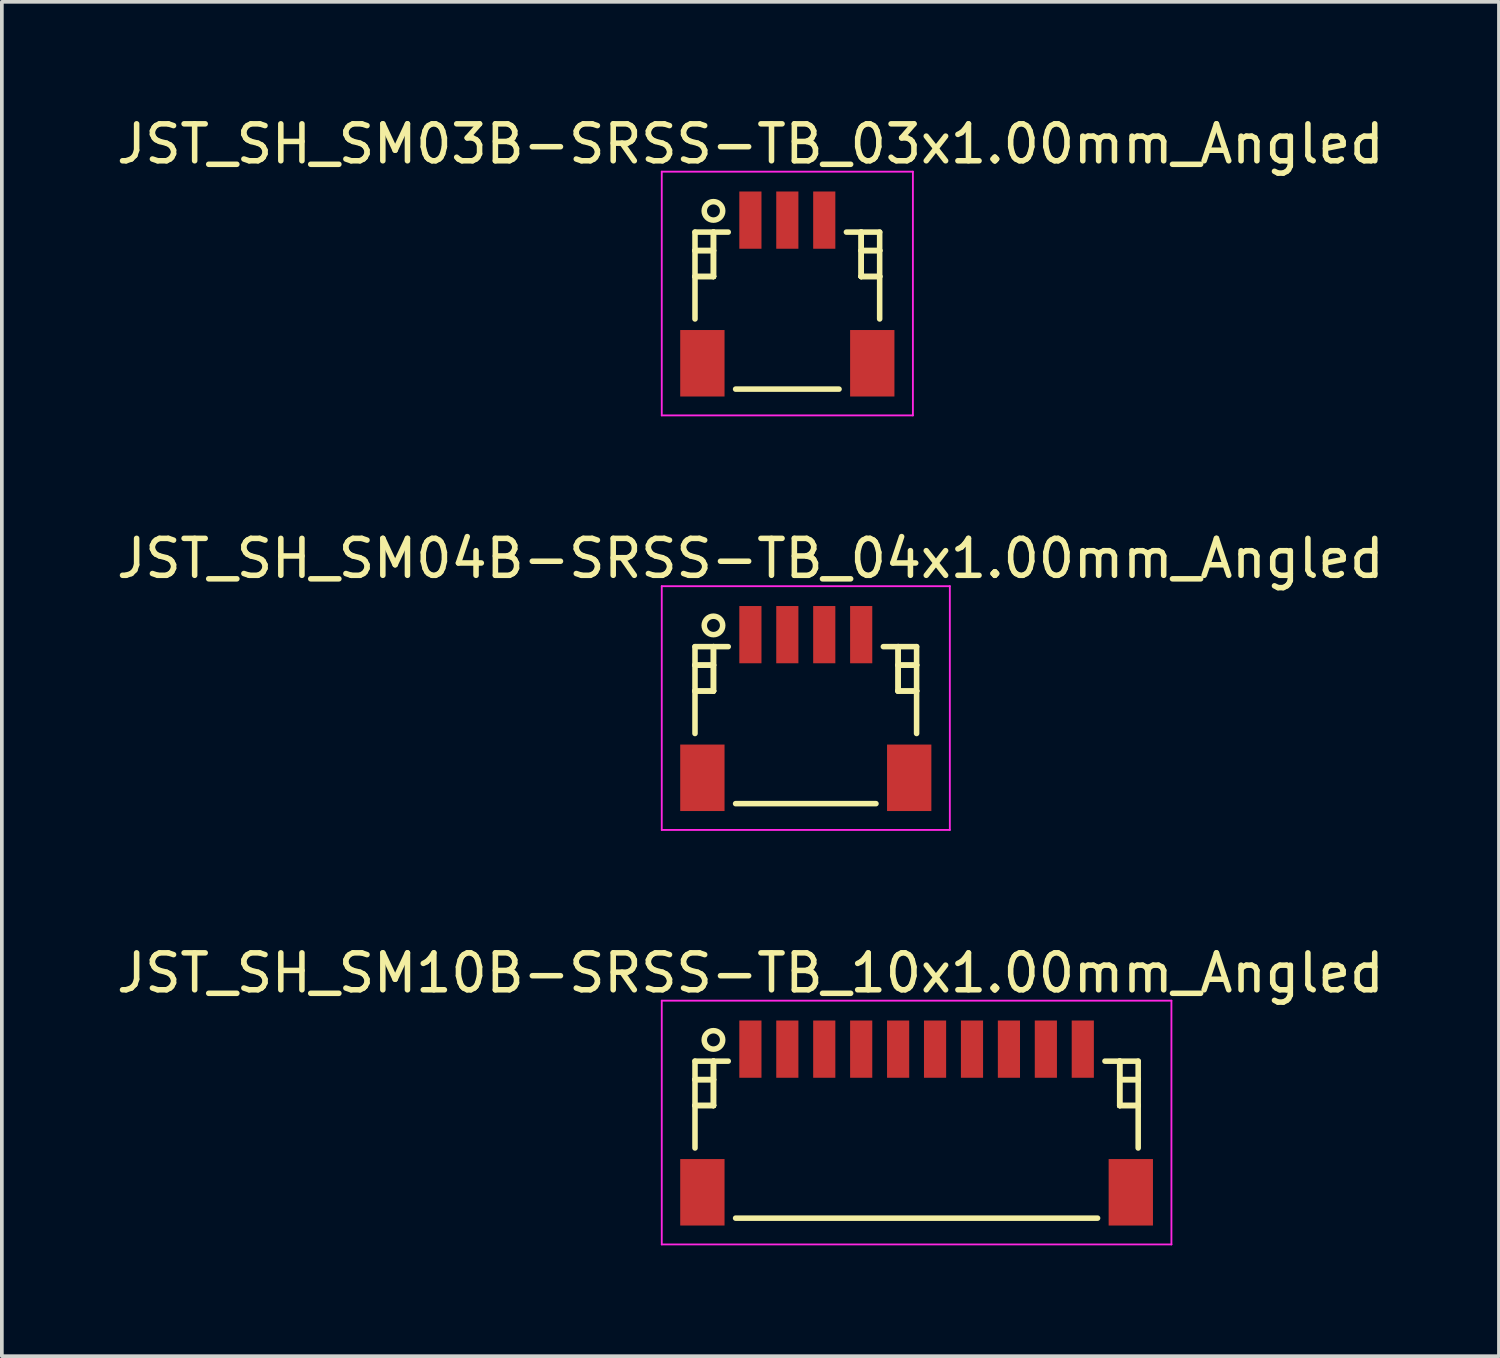
<source format=kicad_pcb>
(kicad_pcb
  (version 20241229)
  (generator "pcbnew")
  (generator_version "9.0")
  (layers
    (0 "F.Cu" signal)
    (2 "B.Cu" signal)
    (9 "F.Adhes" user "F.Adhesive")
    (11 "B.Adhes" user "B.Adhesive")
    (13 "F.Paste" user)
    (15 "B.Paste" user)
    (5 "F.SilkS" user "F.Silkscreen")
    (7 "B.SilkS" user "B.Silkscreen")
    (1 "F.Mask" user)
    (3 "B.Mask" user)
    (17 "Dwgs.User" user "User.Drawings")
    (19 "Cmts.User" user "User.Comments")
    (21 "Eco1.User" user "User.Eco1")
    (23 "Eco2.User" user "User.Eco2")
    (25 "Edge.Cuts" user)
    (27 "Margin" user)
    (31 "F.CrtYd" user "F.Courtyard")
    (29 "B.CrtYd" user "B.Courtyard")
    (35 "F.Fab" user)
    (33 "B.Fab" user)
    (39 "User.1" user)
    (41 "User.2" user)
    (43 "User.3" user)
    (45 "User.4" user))
  (footprint "JST_SH_SM10B-SRSS-TB_10x1.00mm_Angled"
    (layer "F.Cu")
    (at 21.768 27.295)
    (property "Reference" "JST_SH_SM10B-SRSS-TB_10x1.00mm_Angled" (at -4.5 -4 0) (layer "F.SilkS") (effects (font (size 1 1) (thickness 0.15))))
    (attr smd)
    (fp_line (start -6 -1.613) (end -5.1 -1.613) (stroke (width 0.15) (type solid)) (layer "F.SilkS"))
    (fp_line (start -6 -1.113) (end -6 -1.113) (stroke (width 0.15) (type solid)) (layer "F.SilkS"))
    (fp_line (start -6 -1.113) (end -5.5 -1.113) (stroke (width 0.15) (type solid)) (layer "F.SilkS"))
    (fp_line (start -6 -0.412) (end -6 -0.412) (stroke (width 0.15) (type solid)) (layer "F.SilkS"))
    (fp_line (start -6 -0.412) (end -5.5 -0.412) (stroke (width 0.15) (type solid)) (layer "F.SilkS"))
    (fp_line (start -6 0.738) (end -6 -1.613) (stroke (width 0.15) (type solid)) (layer "F.SilkS"))
    (fp_line (start -5.5 -1.613) (end -5.5 -1.613) (stroke (width 0.15) (type solid)) (layer "F.SilkS"))
    (fp_line (start -5.5 -1.613) (end -5.5 -0.412) (stroke (width 0.15) (type solid)) (layer "F.SilkS"))
    (fp_line (start -5.5 -1.113) (end -6 -1.113) (stroke (width 0.15) (type solid)) (layer "F.SilkS"))
    (fp_line (start -5.5 -1.113) (end -5.5 -1.113) (stroke (width 0.15) (type solid)) (layer "F.SilkS"))
    (fp_line (start -5.5 -0.412) (end -6 -0.412) (stroke (width 0.15) (type solid)) (layer "F.SilkS"))
    (fp_line (start -5.5 -0.412) (end -5.5 -1.613) (stroke (width 0.15) (type solid)) (layer "F.SilkS"))
    (fp_line (start -5.5 -0.412) (end -5.5 -0.412) (stroke (width 0.15) (type solid)) (layer "F.SilkS"))
    (fp_line (start -5.5 -0.412) (end -5.5 -0.412) (stroke (width 0.15) (type solid)) (layer "F.SilkS"))
    (fp_line (start -4.9 2.638) (end 4.9 2.638) (stroke (width 0.15) (type solid)) (layer "F.SilkS"))
    (fp_line (start 5.5 -1.613) (end 5.5 -1.613) (stroke (width 0.15) (type solid)) (layer "F.SilkS"))
    (fp_line (start 5.5 -1.613) (end 5.5 -0.412) (stroke (width 0.15) (type solid)) (layer "F.SilkS"))
    (fp_line (start 5.5 -1.113) (end 5.5 -1.113) (stroke (width 0.15) (type solid)) (layer "F.SilkS"))
    (fp_line (start 5.5 -1.113) (end 6 -1.113) (stroke (width 0.15) (type solid)) (layer "F.SilkS"))
    (fp_line (start 5.5 -0.412) (end 5.5 -1.613) (stroke (width 0.15) (type solid)) (layer "F.SilkS"))
    (fp_line (start 5.5 -0.412) (end 5.5 -0.412) (stroke (width 0.15) (type solid)) (layer "F.SilkS"))
    (fp_line (start 5.5 -0.412) (end 5.5 -0.412) (stroke (width 0.15) (type solid)) (layer "F.SilkS"))
    (fp_line (start 5.5 -0.412) (end 6 -0.412) (stroke (width 0.15) (type solid)) (layer "F.SilkS"))
    (fp_line (start 6 -1.613) (end 5.1 -1.613) (stroke (width 0.15) (type solid)) (layer "F.SilkS"))
    (fp_line (start 6 -1.113) (end 5.5 -1.113) (stroke (width 0.15) (type solid)) (layer "F.SilkS"))
    (fp_line (start 6 -1.113) (end 6 -1.113) (stroke (width 0.15) (type solid)) (layer "F.SilkS"))
    (fp_line (start 6 -0.412) (end 5.5 -0.412) (stroke (width 0.15) (type solid)) (layer "F.SilkS"))
    (fp_line (start 6 -0.412) (end 6 -0.412) (stroke (width 0.15) (type solid)) (layer "F.SilkS"))
    (fp_line (start 6 0.738) (end 6 -1.613) (stroke (width 0.15) (type solid)) (layer "F.SilkS"))
    (fp_circle (center -5.5 -2.188) (end -5.25 -2.188) (stroke (width 0.15) (type solid)) (fill no) (layer "F.SilkS"))
    (fp_line (start -6.9 -3.25) (end 6.9 -3.25) (stroke (width 0.05) (type solid)) (layer "F.CrtYd"))
    (fp_line (start -6.9 3.35) (end -6.9 -3.25) (stroke (width 0.05) (type solid)) (layer "F.CrtYd"))
    (fp_line (start 6.9 -3.25) (end 6.9 3.35) (stroke (width 0.05) (type solid)) (layer "F.CrtYd"))
    (fp_line (start 6.9 3.35) (end -6.9 3.35) (stroke (width 0.05) (type solid)) (layer "F.CrtYd"))
    (pad "" smd rect (at -5.8 1.938) (size 1.2 1.8) (layers "F.Cu" "F.Mask" "F.Paste"))
    (pad "" smd rect (at 5.8 1.938) (size 1.2 1.8) (layers "F.Cu" "F.Mask" "F.Paste"))
    (pad "1" smd rect (at -4.5 -1.938) (size 0.6 1.55) (layers "F.Cu" "F.Mask" "F.Paste"))
    (pad "2" smd rect (at -3.5 -1.938) (size 0.6 1.55) (layers "F.Cu" "F.Mask" "F.Paste"))
    (pad "3" smd rect (at -2.5 -1.938) (size 0.6 1.55) (layers "F.Cu" "F.Mask" "F.Paste"))
    (pad "4" smd rect (at -1.5 -1.938) (size 0.6 1.55) (layers "F.Cu" "F.Mask" "F.Paste"))
    (pad "5" smd rect (at -0.5 -1.938) (size 0.6 1.55) (layers "F.Cu" "F.Mask" "F.Paste"))
    (pad "6" smd rect (at 0.5 -1.938) (size 0.6 1.55) (layers "F.Cu" "F.Mask" "F.Paste"))
    (pad "7" smd rect (at 1.5 -1.938) (size 0.6 1.55) (layers "F.Cu" "F.Mask" "F.Paste"))
    (pad "8" smd rect (at 2.5 -1.938) (size 0.6 1.55) (layers "F.Cu" "F.Mask" "F.Paste"))
    (pad "9" smd rect (at 3.5 -1.938) (size 0.6 1.55) (layers "F.Cu" "F.Mask" "F.Paste"))
    (pad "10" smd rect (at 4.5 -1.938) (size 0.6 1.55) (layers "F.Cu" "F.Mask" "F.Paste")))
  (footprint "JST_SH_SM03B-SRSS-TB_03x1.00mm_Angled"
    (layer "F.Cu")
    (at 18.268 4.848)
    (property "Reference" "JST_SH_SM03B-SRSS-TB_03x1.00mm_Angled" (at -1 -4 0) (layer "F.SilkS") (effects (font (size 1 1) (thickness 0.15))))
    (attr smd)
    (fp_line (start -2.5 -1.613) (end -1.6 -1.613) (stroke (width 0.15) (type solid)) (layer "F.SilkS"))
    (fp_line (start -2.5 -1.113) (end -2.5 -1.113) (stroke (width 0.15) (type solid)) (layer "F.SilkS"))
    (fp_line (start -2.5 -1.113) (end -2 -1.113) (stroke (width 0.15) (type solid)) (layer "F.SilkS"))
    (fp_line (start -2.5 -0.412) (end -2.5 -0.412) (stroke (width 0.15) (type solid)) (layer "F.SilkS"))
    (fp_line (start -2.5 -0.412) (end -2 -0.412) (stroke (width 0.15) (type solid)) (layer "F.SilkS"))
    (fp_line (start -2.5 0.738) (end -2.5 -1.613) (stroke (width 0.15) (type solid)) (layer "F.SilkS"))
    (fp_line (start -2 -1.613) (end -2 -1.613) (stroke (width 0.15) (type solid)) (layer "F.SilkS"))
    (fp_line (start -2 -1.613) (end -2 -0.412) (stroke (width 0.15) (type solid)) (layer "F.SilkS"))
    (fp_line (start -2 -1.113) (end -2.5 -1.113) (stroke (width 0.15) (type solid)) (layer "F.SilkS"))
    (fp_line (start -2 -1.113) (end -2 -1.113) (stroke (width 0.15) (type solid)) (layer "F.SilkS"))
    (fp_line (start -2 -0.412) (end -2.5 -0.412) (stroke (width 0.15) (type solid)) (layer "F.SilkS"))
    (fp_line (start -2 -0.412) (end -2 -1.613) (stroke (width 0.15) (type solid)) (layer "F.SilkS"))
    (fp_line (start -2 -0.412) (end -2 -0.412) (stroke (width 0.15) (type solid)) (layer "F.SilkS"))
    (fp_line (start -2 -0.412) (end -2 -0.412) (stroke (width 0.15) (type solid)) (layer "F.SilkS"))
    (fp_line (start -1.4 2.638) (end 1.4 2.638) (stroke (width 0.15) (type solid)) (layer "F.SilkS"))
    (fp_line (start 2 -1.613) (end 2 -1.613) (stroke (width 0.15) (type solid)) (layer "F.SilkS"))
    (fp_line (start 2 -1.613) (end 2 -0.412) (stroke (width 0.15) (type solid)) (layer "F.SilkS"))
    (fp_line (start 2 -1.113) (end 2 -1.113) (stroke (width 0.15) (type solid)) (layer "F.SilkS"))
    (fp_line (start 2 -1.113) (end 2.5 -1.113) (stroke (width 0.15) (type solid)) (layer "F.SilkS"))
    (fp_line (start 2 -0.412) (end 2 -1.613) (stroke (width 0.15) (type solid)) (layer "F.SilkS"))
    (fp_line (start 2 -0.412) (end 2 -0.412) (stroke (width 0.15) (type solid)) (layer "F.SilkS"))
    (fp_line (start 2 -0.412) (end 2 -0.412) (stroke (width 0.15) (type solid)) (layer "F.SilkS"))
    (fp_line (start 2 -0.412) (end 2.5 -0.412) (stroke (width 0.15) (type solid)) (layer "F.SilkS"))
    (fp_line (start 2.5 -1.613) (end 1.6 -1.613) (stroke (width 0.15) (type solid)) (layer "F.SilkS"))
    (fp_line (start 2.5 -1.113) (end 2 -1.113) (stroke (width 0.15) (type solid)) (layer "F.SilkS"))
    (fp_line (start 2.5 -1.113) (end 2.5 -1.113) (stroke (width 0.15) (type solid)) (layer "F.SilkS"))
    (fp_line (start 2.5 -0.412) (end 2 -0.412) (stroke (width 0.15) (type solid)) (layer "F.SilkS"))
    (fp_line (start 2.5 -0.412) (end 2.5 -0.412) (stroke (width 0.15) (type solid)) (layer "F.SilkS"))
    (fp_line (start 2.5 0.738) (end 2.5 -1.613) (stroke (width 0.15) (type solid)) (layer "F.SilkS"))
    (fp_circle (center -2 -2.188) (end -1.75 -2.188) (stroke (width 0.15) (type solid)) (fill no) (layer "F.SilkS"))
    (fp_line (start -3.4 -3.25) (end 3.4 -3.25) (stroke (width 0.05) (type solid)) (layer "F.CrtYd"))
    (fp_line (start -3.4 3.35) (end -3.4 -3.25) (stroke (width 0.05) (type solid)) (layer "F.CrtYd"))
    (fp_line (start 3.4 -3.25) (end 3.4 3.35) (stroke (width 0.05) (type solid)) (layer "F.CrtYd"))
    (fp_line (start 3.4 3.35) (end -3.4 3.35) (stroke (width 0.05) (type solid)) (layer "F.CrtYd"))
    (pad "" smd rect (at -2.3 1.938) (size 1.2 1.8) (layers "F.Cu" "F.Mask" "F.Paste"))
    (pad "" smd rect (at 2.3 1.938) (size 1.2 1.8) (layers "F.Cu" "F.Mask" "F.Paste"))
    (pad "1" smd rect (at -1 -1.938) (size 0.6 1.55) (layers "F.Cu" "F.Mask" "F.Paste"))
    (pad "2" smd rect (at 0 -1.938) (size 0.6 1.55) (layers "F.Cu" "F.Mask" "F.Paste"))
    (pad "3" smd rect (at 1 -1.938) (size 0.6 1.55) (layers "F.Cu" "F.Mask" "F.Paste")))
  (footprint "JST_SH_SM04B-SRSS-TB_04x1.00mm_Angled"
    (layer "F.Cu")
    (at 18.768 16.072)
    (property "Reference" "JST_SH_SM04B-SRSS-TB_04x1.00mm_Angled" (at -1.5 -4 0) (layer "F.SilkS") (effects (font (size 1 1) (thickness 0.15))))
    (attr smd)
    (fp_line (start -3 -1.613) (end -2.1 -1.613) (stroke (width 0.15) (type solid)) (layer "F.SilkS"))
    (fp_line (start -3 -1.113) (end -3 -1.113) (stroke (width 0.15) (type solid)) (layer "F.SilkS"))
    (fp_line (start -3 -1.113) (end -2.5 -1.113) (stroke (width 0.15) (type solid)) (layer "F.SilkS"))
    (fp_line (start -3 -0.412) (end -3 -0.412) (stroke (width 0.15) (type solid)) (layer "F.SilkS"))
    (fp_line (start -3 -0.412) (end -2.5 -0.412) (stroke (width 0.15) (type solid)) (layer "F.SilkS"))
    (fp_line (start -3 0.738) (end -3 -1.613) (stroke (width 0.15) (type solid)) (layer "F.SilkS"))
    (fp_line (start -2.5 -1.613) (end -2.5 -1.613) (stroke (width 0.15) (type solid)) (layer "F.SilkS"))
    (fp_line (start -2.5 -1.613) (end -2.5 -0.412) (stroke (width 0.15) (type solid)) (layer "F.SilkS"))
    (fp_line (start -2.5 -1.113) (end -3 -1.113) (stroke (width 0.15) (type solid)) (layer "F.SilkS"))
    (fp_line (start -2.5 -1.113) (end -2.5 -1.113) (stroke (width 0.15) (type solid)) (layer "F.SilkS"))
    (fp_line (start -2.5 -0.412) (end -3 -0.412) (stroke (width 0.15) (type solid)) (layer "F.SilkS"))
    (fp_line (start -2.5 -0.412) (end -2.5 -1.613) (stroke (width 0.15) (type solid)) (layer "F.SilkS"))
    (fp_line (start -2.5 -0.412) (end -2.5 -0.412) (stroke (width 0.15) (type solid)) (layer "F.SilkS"))
    (fp_line (start -2.5 -0.412) (end -2.5 -0.412) (stroke (width 0.15) (type solid)) (layer "F.SilkS"))
    (fp_line (start -1.9 2.638) (end 1.9 2.638) (stroke (width 0.15) (type solid)) (layer "F.SilkS"))
    (fp_line (start 2.5 -1.613) (end 2.5 -1.613) (stroke (width 0.15) (type solid)) (layer "F.SilkS"))
    (fp_line (start 2.5 -1.613) (end 2.5 -0.412) (stroke (width 0.15) (type solid)) (layer "F.SilkS"))
    (fp_line (start 2.5 -1.113) (end 2.5 -1.113) (stroke (width 0.15) (type solid)) (layer "F.SilkS"))
    (fp_line (start 2.5 -1.113) (end 3 -1.113) (stroke (width 0.15) (type solid)) (layer "F.SilkS"))
    (fp_line (start 2.5 -0.412) (end 2.5 -1.613) (stroke (width 0.15) (type solid)) (layer "F.SilkS"))
    (fp_line (start 2.5 -0.412) (end 2.5 -0.412) (stroke (width 0.15) (type solid)) (layer "F.SilkS"))
    (fp_line (start 2.5 -0.412) (end 2.5 -0.412) (stroke (width 0.15) (type solid)) (layer "F.SilkS"))
    (fp_line (start 2.5 -0.412) (end 3 -0.412) (stroke (width 0.15) (type solid)) (layer "F.SilkS"))
    (fp_line (start 3 -1.613) (end 2.1 -1.613) (stroke (width 0.15) (type solid)) (layer "F.SilkS"))
    (fp_line (start 3 -1.113) (end 2.5 -1.113) (stroke (width 0.15) (type solid)) (layer "F.SilkS"))
    (fp_line (start 3 -1.113) (end 3 -1.113) (stroke (width 0.15) (type solid)) (layer "F.SilkS"))
    (fp_line (start 3 -0.412) (end 2.5 -0.412) (stroke (width 0.15) (type solid)) (layer "F.SilkS"))
    (fp_line (start 3 -0.412) (end 3 -0.412) (stroke (width 0.15) (type solid)) (layer "F.SilkS"))
    (fp_line (start 3 0.738) (end 3 -1.613) (stroke (width 0.15) (type solid)) (layer "F.SilkS"))
    (fp_circle (center -2.5 -2.188) (end -2.25 -2.188) (stroke (width 0.15) (type solid)) (fill no) (layer "F.SilkS"))
    (fp_line (start -3.9 -3.25) (end 3.9 -3.25) (stroke (width 0.05) (type solid)) (layer "F.CrtYd"))
    (fp_line (start -3.9 3.35) (end -3.9 -3.25) (stroke (width 0.05) (type solid)) (layer "F.CrtYd"))
    (fp_line (start 3.9 -3.25) (end 3.9 3.35) (stroke (width 0.05) (type solid)) (layer "F.CrtYd"))
    (fp_line (start 3.9 3.35) (end -3.9 3.35) (stroke (width 0.05) (type solid)) (layer "F.CrtYd"))
    (pad "" smd rect (at -2.8 1.938) (size 1.2 1.8) (layers "F.Cu" "F.Mask" "F.Paste"))
    (pad "" smd rect (at 2.8 1.938) (size 1.2 1.8) (layers "F.Cu" "F.Mask" "F.Paste"))
    (pad "1" smd rect (at -1.5 -1.938) (size 0.6 1.55) (layers "F.Cu" "F.Mask" "F.Paste"))
    (pad "2" smd rect (at -0.5 -1.938) (size 0.6 1.55) (layers "F.Cu" "F.Mask" "F.Paste"))
    (pad "3" smd rect (at 0.5 -1.938) (size 0.6 1.55) (layers "F.Cu" "F.Mask" "F.Paste"))
    (pad "4" smd rect (at 1.5 -1.938) (size 0.6 1.55) (layers "F.Cu" "F.Mask" "F.Paste")))
  (gr_rect
    (start -3 -3)
    (end 37.536 33.67)
    (stroke (width 0.1) (type default))
    (fill no)
    (layer "Edge.Cuts")))
</source>
